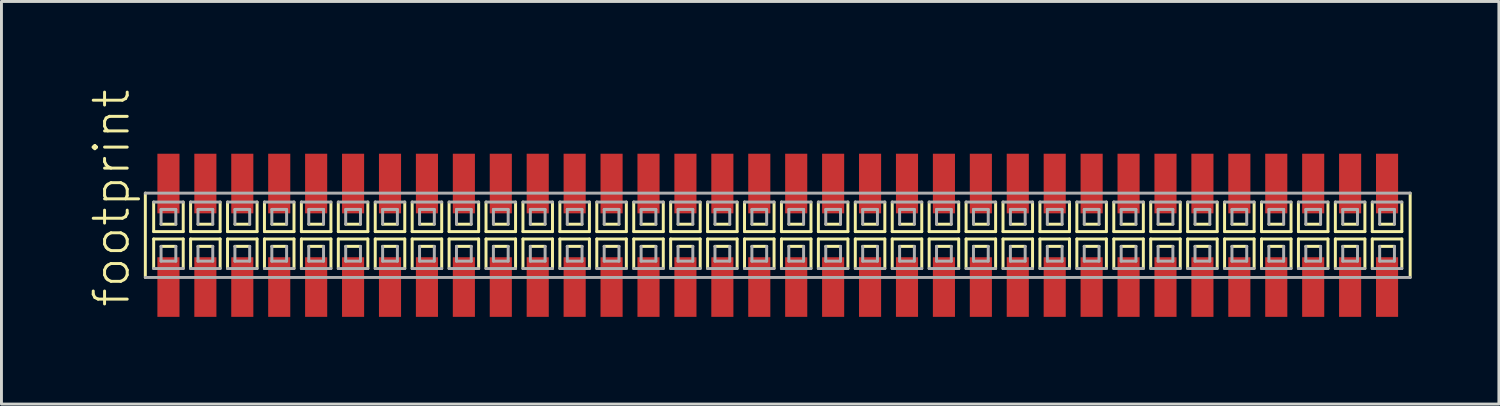
<source format=kicad_pcb>
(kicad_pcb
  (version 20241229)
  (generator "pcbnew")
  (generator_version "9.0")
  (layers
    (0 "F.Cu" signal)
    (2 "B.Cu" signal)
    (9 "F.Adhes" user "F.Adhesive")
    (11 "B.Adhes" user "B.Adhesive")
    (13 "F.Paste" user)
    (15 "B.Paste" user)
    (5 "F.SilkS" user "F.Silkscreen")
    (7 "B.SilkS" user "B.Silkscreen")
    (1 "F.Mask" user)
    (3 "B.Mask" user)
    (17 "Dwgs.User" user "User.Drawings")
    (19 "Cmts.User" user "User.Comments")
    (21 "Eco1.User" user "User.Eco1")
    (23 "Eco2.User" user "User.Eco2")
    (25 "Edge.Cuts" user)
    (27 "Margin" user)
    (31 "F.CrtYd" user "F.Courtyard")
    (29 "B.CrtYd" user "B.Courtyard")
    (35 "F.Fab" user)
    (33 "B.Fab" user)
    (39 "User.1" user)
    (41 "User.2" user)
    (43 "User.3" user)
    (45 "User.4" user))
  (footprint "footprint"
    (layer "F.Cu")
    (at 23.698 5.042)
    (property "Reference" "footprint" (at -22.225 2.54 90) (layer "F.SilkS") (effects (font (size 1.168 1.168) (thickness 0.102)) (justify left bottom)))
    (fp_line (start -21.75 -1.45) (end -21.75 1.45) (stroke (width 0.102) (type solid)) (layer "F.SilkS"))
    (fp_line (start -21.463 -1.143) (end -21.463 -0.127) (stroke (width 0.102) (type solid)) (layer "F.SilkS"))
    (fp_line (start -21.463 -0.127) (end -20.447 -0.127) (stroke (width 0.102) (type solid)) (layer "F.SilkS"))
    (fp_line (start -21.463 0.127) (end -21.463 1.143) (stroke (width 0.102) (type solid)) (layer "F.SilkS"))
    (fp_line (start -21.209 -0.381) (end -20.701 -0.381) (stroke (width 0.102) (type solid)) (layer "F.SilkS"))
    (fp_line (start -20.701 0.381) (end -21.209 0.381) (stroke (width 0.102) (type solid)) (layer "F.SilkS"))
    (fp_line (start -20.447 -0.127) (end -20.447 -1.143) (stroke (width 0.102) (type solid)) (layer "F.SilkS"))
    (fp_line (start -20.447 0.127) (end -21.463 0.127) (stroke (width 0.102) (type solid)) (layer "F.SilkS"))
    (fp_line (start -20.447 1.143) (end -20.447 0.127) (stroke (width 0.102) (type solid)) (layer "F.SilkS"))
    (fp_line (start -20.193 -1.143) (end -20.193 -0.127) (stroke (width 0.102) (type solid)) (layer "F.SilkS"))
    (fp_line (start -20.193 -0.127) (end -19.177 -0.127) (stroke (width 0.102) (type solid)) (layer "F.SilkS"))
    (fp_line (start -20.193 0.127) (end -20.193 1.143) (stroke (width 0.102) (type solid)) (layer "F.SilkS"))
    (fp_line (start -19.939 -0.381) (end -19.431 -0.381) (stroke (width 0.102) (type solid)) (layer "F.SilkS"))
    (fp_line (start -19.431 0.381) (end -19.939 0.381) (stroke (width 0.102) (type solid)) (layer "F.SilkS"))
    (fp_line (start -19.177 -0.127) (end -19.177 -1.143) (stroke (width 0.102) (type solid)) (layer "F.SilkS"))
    (fp_line (start -19.177 0.127) (end -20.193 0.127) (stroke (width 0.102) (type solid)) (layer "F.SilkS"))
    (fp_line (start -19.177 1.143) (end -19.177 0.127) (stroke (width 0.102) (type solid)) (layer "F.SilkS"))
    (fp_line (start -18.923 -1.143) (end -18.923 -0.127) (stroke (width 0.102) (type solid)) (layer "F.SilkS"))
    (fp_line (start -18.923 -0.127) (end -17.907 -0.127) (stroke (width 0.102) (type solid)) (layer "F.SilkS"))
    (fp_line (start -18.923 0.127) (end -18.923 1.143) (stroke (width 0.102) (type solid)) (layer "F.SilkS"))
    (fp_line (start -18.669 -0.381) (end -18.161 -0.381) (stroke (width 0.102) (type solid)) (layer "F.SilkS"))
    (fp_line (start -18.161 0.381) (end -18.669 0.381) (stroke (width 0.102) (type solid)) (layer "F.SilkS"))
    (fp_line (start -17.907 -0.127) (end -17.907 -1.143) (stroke (width 0.102) (type solid)) (layer "F.SilkS"))
    (fp_line (start -17.907 0.127) (end -18.923 0.127) (stroke (width 0.102) (type solid)) (layer "F.SilkS"))
    (fp_line (start -17.907 1.143) (end -17.907 0.127) (stroke (width 0.102) (type solid)) (layer "F.SilkS"))
    (fp_line (start -17.653 -1.143) (end -17.653 -0.127) (stroke (width 0.102) (type solid)) (layer "F.SilkS"))
    (fp_line (start -17.653 -0.127) (end -16.637 -0.127) (stroke (width 0.102) (type solid)) (layer "F.SilkS"))
    (fp_line (start -17.653 0.127) (end -17.653 1.143) (stroke (width 0.102) (type solid)) (layer "F.SilkS"))
    (fp_line (start -17.399 -0.381) (end -16.891 -0.381) (stroke (width 0.102) (type solid)) (layer "F.SilkS"))
    (fp_line (start -16.891 0.381) (end -17.399 0.381) (stroke (width 0.102) (type solid)) (layer "F.SilkS"))
    (fp_line (start -16.637 -0.127) (end -16.637 -1.143) (stroke (width 0.102) (type solid)) (layer "F.SilkS"))
    (fp_line (start -16.637 0.127) (end -17.653 0.127) (stroke (width 0.102) (type solid)) (layer "F.SilkS"))
    (fp_line (start -16.637 1.143) (end -16.637 0.127) (stroke (width 0.102) (type solid)) (layer "F.SilkS"))
    (fp_line (start -16.383 -1.143) (end -16.383 -0.127) (stroke (width 0.102) (type solid)) (layer "F.SilkS"))
    (fp_line (start -16.383 -0.127) (end -15.367 -0.127) (stroke (width 0.102) (type solid)) (layer "F.SilkS"))
    (fp_line (start -16.383 0.127) (end -16.383 1.143) (stroke (width 0.102) (type solid)) (layer "F.SilkS"))
    (fp_line (start -16.129 -0.381) (end -15.621 -0.381) (stroke (width 0.102) (type solid)) (layer "F.SilkS"))
    (fp_line (start -15.621 0.381) (end -16.129 0.381) (stroke (width 0.102) (type solid)) (layer "F.SilkS"))
    (fp_line (start -15.367 -0.127) (end -15.367 -1.143) (stroke (width 0.102) (type solid)) (layer "F.SilkS"))
    (fp_line (start -15.367 0.127) (end -16.383 0.127) (stroke (width 0.102) (type solid)) (layer "F.SilkS"))
    (fp_line (start -15.367 1.143) (end -15.367 0.127) (stroke (width 0.102) (type solid)) (layer "F.SilkS"))
    (fp_line (start -15.113 -1.143) (end -15.113 -0.127) (stroke (width 0.102) (type solid)) (layer "F.SilkS"))
    (fp_line (start -15.113 -0.127) (end -14.097 -0.127) (stroke (width 0.102) (type solid)) (layer "F.SilkS"))
    (fp_line (start -15.113 0.127) (end -15.113 1.143) (stroke (width 0.102) (type solid)) (layer "F.SilkS"))
    (fp_line (start -14.859 -0.381) (end -14.351 -0.381) (stroke (width 0.102) (type solid)) (layer "F.SilkS"))
    (fp_line (start -14.351 0.381) (end -14.859 0.381) (stroke (width 0.102) (type solid)) (layer "F.SilkS"))
    (fp_line (start -14.097 -0.127) (end -14.097 -1.143) (stroke (width 0.102) (type solid)) (layer "F.SilkS"))
    (fp_line (start -14.097 0.127) (end -15.113 0.127) (stroke (width 0.102) (type solid)) (layer "F.SilkS"))
    (fp_line (start -14.097 1.143) (end -14.097 0.127) (stroke (width 0.102) (type solid)) (layer "F.SilkS"))
    (fp_line (start -13.843 -1.143) (end -13.843 -0.127) (stroke (width 0.102) (type solid)) (layer "F.SilkS"))
    (fp_line (start -13.843 -0.127) (end -12.827 -0.127) (stroke (width 0.102) (type solid)) (layer "F.SilkS"))
    (fp_line (start -13.843 0.127) (end -13.843 1.143) (stroke (width 0.102) (type solid)) (layer "F.SilkS"))
    (fp_line (start -13.589 -0.381) (end -13.081 -0.381) (stroke (width 0.102) (type solid)) (layer "F.SilkS"))
    (fp_line (start -13.081 0.381) (end -13.589 0.381) (stroke (width 0.102) (type solid)) (layer "F.SilkS"))
    (fp_line (start -12.827 -0.127) (end -12.827 -1.143) (stroke (width 0.102) (type solid)) (layer "F.SilkS"))
    (fp_line (start -12.827 0.127) (end -13.843 0.127) (stroke (width 0.102) (type solid)) (layer "F.SilkS"))
    (fp_line (start -12.827 1.143) (end -12.827 0.127) (stroke (width 0.102) (type solid)) (layer "F.SilkS"))
    (fp_line (start -12.573 -1.143) (end -12.573 -0.127) (stroke (width 0.102) (type solid)) (layer "F.SilkS"))
    (fp_line (start -12.573 -0.127) (end -11.557 -0.127) (stroke (width 0.102) (type solid)) (layer "F.SilkS"))
    (fp_line (start -12.573 0.127) (end -12.573 1.143) (stroke (width 0.102) (type solid)) (layer "F.SilkS"))
    (fp_line (start -12.319 -0.381) (end -11.811 -0.381) (stroke (width 0.102) (type solid)) (layer "F.SilkS"))
    (fp_line (start -11.811 0.381) (end -12.319 0.381) (stroke (width 0.102) (type solid)) (layer "F.SilkS"))
    (fp_line (start -11.557 -0.127) (end -11.557 -1.143) (stroke (width 0.102) (type solid)) (layer "F.SilkS"))
    (fp_line (start -11.557 0.127) (end -12.573 0.127) (stroke (width 0.102) (type solid)) (layer "F.SilkS"))
    (fp_line (start -11.557 1.143) (end -11.557 0.127) (stroke (width 0.102) (type solid)) (layer "F.SilkS"))
    (fp_line (start -11.303 -1.143) (end -11.303 -0.127) (stroke (width 0.102) (type solid)) (layer "F.SilkS"))
    (fp_line (start -11.303 -0.127) (end -10.287 -0.127) (stroke (width 0.102) (type solid)) (layer "F.SilkS"))
    (fp_line (start -11.303 0.127) (end -11.303 1.143) (stroke (width 0.102) (type solid)) (layer "F.SilkS"))
    (fp_line (start -11.049 -0.381) (end -10.541 -0.381) (stroke (width 0.102) (type solid)) (layer "F.SilkS"))
    (fp_line (start -10.541 0.381) (end -11.049 0.381) (stroke (width 0.102) (type solid)) (layer "F.SilkS"))
    (fp_line (start -10.287 -0.127) (end -10.287 -1.143) (stroke (width 0.102) (type solid)) (layer "F.SilkS"))
    (fp_line (start -10.287 0.127) (end -11.303 0.127) (stroke (width 0.102) (type solid)) (layer "F.SilkS"))
    (fp_line (start -10.287 1.143) (end -10.287 0.127) (stroke (width 0.102) (type solid)) (layer "F.SilkS"))
    (fp_line (start -10.033 -1.143) (end -10.033 -0.127) (stroke (width 0.102) (type solid)) (layer "F.SilkS"))
    (fp_line (start -10.033 -0.127) (end -9.017 -0.127) (stroke (width 0.102) (type solid)) (layer "F.SilkS"))
    (fp_line (start -10.033 0.127) (end -10.033 1.143) (stroke (width 0.102) (type solid)) (layer "F.SilkS"))
    (fp_line (start -9.779 -0.381) (end -9.271 -0.381) (stroke (width 0.102) (type solid)) (layer "F.SilkS"))
    (fp_line (start -9.271 0.381) (end -9.779 0.381) (stroke (width 0.102) (type solid)) (layer "F.SilkS"))
    (fp_line (start -9.017 -0.127) (end -9.017 -1.143) (stroke (width 0.102) (type solid)) (layer "F.SilkS"))
    (fp_line (start -9.017 0.127) (end -10.033 0.127) (stroke (width 0.102) (type solid)) (layer "F.SilkS"))
    (fp_line (start -9.017 1.143) (end -9.017 0.127) (stroke (width 0.102) (type solid)) (layer "F.SilkS"))
    (fp_line (start -8.763 -1.143) (end -8.763 -0.127) (stroke (width 0.102) (type solid)) (layer "F.SilkS"))
    (fp_line (start -8.763 -0.127) (end -7.747 -0.127) (stroke (width 0.102) (type solid)) (layer "F.SilkS"))
    (fp_line (start -8.763 0.127) (end -8.763 1.143) (stroke (width 0.102) (type solid)) (layer "F.SilkS"))
    (fp_line (start -8.509 -0.381) (end -8.001 -0.381) (stroke (width 0.102) (type solid)) (layer "F.SilkS"))
    (fp_line (start -8.001 0.381) (end -8.509 0.381) (stroke (width 0.102) (type solid)) (layer "F.SilkS"))
    (fp_line (start -7.747 -0.127) (end -7.747 -1.143) (stroke (width 0.102) (type solid)) (layer "F.SilkS"))
    (fp_line (start -7.747 0.127) (end -8.763 0.127) (stroke (width 0.102) (type solid)) (layer "F.SilkS"))
    (fp_line (start -7.747 1.143) (end -7.747 0.127) (stroke (width 0.102) (type solid)) (layer "F.SilkS"))
    (fp_line (start -7.493 -1.143) (end -7.493 -0.127) (stroke (width 0.102) (type solid)) (layer "F.SilkS"))
    (fp_line (start -7.493 -0.127) (end -6.477 -0.127) (stroke (width 0.102) (type solid)) (layer "F.SilkS"))
    (fp_line (start -7.493 0.127) (end -7.493 1.143) (stroke (width 0.102) (type solid)) (layer "F.SilkS"))
    (fp_line (start -7.239 -0.381) (end -6.731 -0.381) (stroke (width 0.102) (type solid)) (layer "F.SilkS"))
    (fp_line (start -6.731 0.381) (end -7.239 0.381) (stroke (width 0.102) (type solid)) (layer "F.SilkS"))
    (fp_line (start -6.477 -0.127) (end -6.477 -1.143) (stroke (width 0.102) (type solid)) (layer "F.SilkS"))
    (fp_line (start -6.477 0.127) (end -7.493 0.127) (stroke (width 0.102) (type solid)) (layer "F.SilkS"))
    (fp_line (start -6.477 1.143) (end -6.477 0.127) (stroke (width 0.102) (type solid)) (layer "F.SilkS"))
    (fp_line (start -6.223 -1.143) (end -6.223 -0.127) (stroke (width 0.102) (type solid)) (layer "F.SilkS"))
    (fp_line (start -6.223 -0.127) (end -5.207 -0.127) (stroke (width 0.102) (type solid)) (layer "F.SilkS"))
    (fp_line (start -6.223 0.127) (end -6.223 1.143) (stroke (width 0.102) (type solid)) (layer "F.SilkS"))
    (fp_line (start -5.969 -0.381) (end -5.461 -0.381) (stroke (width 0.102) (type solid)) (layer "F.SilkS"))
    (fp_line (start -5.461 0.381) (end -5.969 0.381) (stroke (width 0.102) (type solid)) (layer "F.SilkS"))
    (fp_line (start -5.207 -0.127) (end -5.207 -1.143) (stroke (width 0.102) (type solid)) (layer "F.SilkS"))
    (fp_line (start -5.207 0.127) (end -6.223 0.127) (stroke (width 0.102) (type solid)) (layer "F.SilkS"))
    (fp_line (start -5.207 1.143) (end -5.207 0.127) (stroke (width 0.102) (type solid)) (layer "F.SilkS"))
    (fp_line (start -4.953 -1.143) (end -4.953 -0.127) (stroke (width 0.102) (type solid)) (layer "F.SilkS"))
    (fp_line (start -4.953 -0.127) (end -3.937 -0.127) (stroke (width 0.102) (type solid)) (layer "F.SilkS"))
    (fp_line (start -4.953 0.127) (end -4.953 1.143) (stroke (width 0.102) (type solid)) (layer "F.SilkS"))
    (fp_line (start -4.699 -0.381) (end -4.191 -0.381) (stroke (width 0.102) (type solid)) (layer "F.SilkS"))
    (fp_line (start -4.191 0.381) (end -4.699 0.381) (stroke (width 0.102) (type solid)) (layer "F.SilkS"))
    (fp_line (start -3.937 -0.127) (end -3.937 -1.143) (stroke (width 0.102) (type solid)) (layer "F.SilkS"))
    (fp_line (start -3.937 0.127) (end -4.953 0.127) (stroke (width 0.102) (type solid)) (layer "F.SilkS"))
    (fp_line (start -3.937 1.143) (end -3.937 0.127) (stroke (width 0.102) (type solid)) (layer "F.SilkS"))
    (fp_line (start -3.683 -1.143) (end -3.683 -0.127) (stroke (width 0.102) (type solid)) (layer "F.SilkS"))
    (fp_line (start -3.683 -0.127) (end -2.667 -0.127) (stroke (width 0.102) (type solid)) (layer "F.SilkS"))
    (fp_line (start -3.683 0.127) (end -3.683 1.143) (stroke (width 0.102) (type solid)) (layer "F.SilkS"))
    (fp_line (start -3.429 -0.381) (end -2.921 -0.381) (stroke (width 0.102) (type solid)) (layer "F.SilkS"))
    (fp_line (start -2.921 0.381) (end -3.429 0.381) (stroke (width 0.102) (type solid)) (layer "F.SilkS"))
    (fp_line (start -2.667 -0.127) (end -2.667 -1.143) (stroke (width 0.102) (type solid)) (layer "F.SilkS"))
    (fp_line (start -2.667 0.127) (end -3.683 0.127) (stroke (width 0.102) (type solid)) (layer "F.SilkS"))
    (fp_line (start -2.667 1.143) (end -2.667 0.127) (stroke (width 0.102) (type solid)) (layer "F.SilkS"))
    (fp_line (start -2.413 -1.143) (end -2.413 -0.127) (stroke (width 0.102) (type solid)) (layer "F.SilkS"))
    (fp_line (start -2.413 -0.127) (end -1.397 -0.127) (stroke (width 0.102) (type solid)) (layer "F.SilkS"))
    (fp_line (start -2.413 0.127) (end -2.413 1.143) (stroke (width 0.102) (type solid)) (layer "F.SilkS"))
    (fp_line (start -2.159 -0.381) (end -1.651 -0.381) (stroke (width 0.102) (type solid)) (layer "F.SilkS"))
    (fp_line (start -1.651 0.381) (end -2.159 0.381) (stroke (width 0.102) (type solid)) (layer "F.SilkS"))
    (fp_line (start -1.397 -0.127) (end -1.397 -1.143) (stroke (width 0.102) (type solid)) (layer "F.SilkS"))
    (fp_line (start -1.397 0.127) (end -2.413 0.127) (stroke (width 0.102) (type solid)) (layer "F.SilkS"))
    (fp_line (start -1.397 1.143) (end -1.397 0.127) (stroke (width 0.102) (type solid)) (layer "F.SilkS"))
    (fp_line (start -1.143 -1.143) (end -1.143 -0.127) (stroke (width 0.102) (type solid)) (layer "F.SilkS"))
    (fp_line (start -1.143 -0.127) (end -0.127 -0.127) (stroke (width 0.102) (type solid)) (layer "F.SilkS"))
    (fp_line (start -1.143 0.127) (end -1.143 1.143) (stroke (width 0.102) (type solid)) (layer "F.SilkS"))
    (fp_line (start -0.889 -0.381) (end -0.381 -0.381) (stroke (width 0.102) (type solid)) (layer "F.SilkS"))
    (fp_line (start -0.381 0.381) (end -0.889 0.381) (stroke (width 0.102) (type solid)) (layer "F.SilkS"))
    (fp_line (start -0.127 -0.127) (end -0.127 -1.143) (stroke (width 0.102) (type solid)) (layer "F.SilkS"))
    (fp_line (start -0.127 0.127) (end -1.143 0.127) (stroke (width 0.102) (type solid)) (layer "F.SilkS"))
    (fp_line (start -0.127 1.143) (end -0.127 0.127) (stroke (width 0.102) (type solid)) (layer "F.SilkS"))
    (fp_line (start 0.127 -1.143) (end 0.127 -0.127) (stroke (width 0.102) (type solid)) (layer "F.SilkS"))
    (fp_line (start 0.127 -0.127) (end 1.143 -0.127) (stroke (width 0.102) (type solid)) (layer "F.SilkS"))
    (fp_line (start 0.127 0.127) (end 0.127 1.143) (stroke (width 0.102) (type solid)) (layer "F.SilkS"))
    (fp_line (start 0.381 -0.381) (end 0.889 -0.381) (stroke (width 0.102) (type solid)) (layer "F.SilkS"))
    (fp_line (start 0.889 0.381) (end 0.381 0.381) (stroke (width 0.102) (type solid)) (layer "F.SilkS"))
    (fp_line (start 1.143 -0.127) (end 1.143 -1.143) (stroke (width 0.102) (type solid)) (layer "F.SilkS"))
    (fp_line (start 1.143 0.127) (end 0.127 0.127) (stroke (width 0.102) (type solid)) (layer "F.SilkS"))
    (fp_line (start 1.143 1.143) (end 1.143 0.127) (stroke (width 0.102) (type solid)) (layer "F.SilkS"))
    (fp_line (start 1.397 -1.143) (end 1.397 -0.127) (stroke (width 0.102) (type solid)) (layer "F.SilkS"))
    (fp_line (start 1.397 -0.127) (end 2.413 -0.127) (stroke (width 0.102) (type solid)) (layer "F.SilkS"))
    (fp_line (start 1.397 0.127) (end 1.397 1.143) (stroke (width 0.102) (type solid)) (layer "F.SilkS"))
    (fp_line (start 1.651 -0.381) (end 2.159 -0.381) (stroke (width 0.102) (type solid)) (layer "F.SilkS"))
    (fp_line (start 2.159 0.381) (end 1.651 0.381) (stroke (width 0.102) (type solid)) (layer "F.SilkS"))
    (fp_line (start 2.413 -0.127) (end 2.413 -1.143) (stroke (width 0.102) (type solid)) (layer "F.SilkS"))
    (fp_line (start 2.413 0.127) (end 1.397 0.127) (stroke (width 0.102) (type solid)) (layer "F.SilkS"))
    (fp_line (start 2.413 1.143) (end 2.413 0.127) (stroke (width 0.102) (type solid)) (layer "F.SilkS"))
    (fp_line (start 2.667 -1.143) (end 2.667 -0.127) (stroke (width 0.102) (type solid)) (layer "F.SilkS"))
    (fp_line (start 2.667 -0.127) (end 3.683 -0.127) (stroke (width 0.102) (type solid)) (layer "F.SilkS"))
    (fp_line (start 2.667 0.127) (end 2.667 1.143) (stroke (width 0.102) (type solid)) (layer "F.SilkS"))
    (fp_line (start 2.921 -0.381) (end 3.429 -0.381) (stroke (width 0.102) (type solid)) (layer "F.SilkS"))
    (fp_line (start 3.429 0.381) (end 2.921 0.381) (stroke (width 0.102) (type solid)) (layer "F.SilkS"))
    (fp_line (start 3.683 -0.127) (end 3.683 -1.143) (stroke (width 0.102) (type solid)) (layer "F.SilkS"))
    (fp_line (start 3.683 0.127) (end 2.667 0.127) (stroke (width 0.102) (type solid)) (layer "F.SilkS"))
    (fp_line (start 3.683 1.143) (end 3.683 0.127) (stroke (width 0.102) (type solid)) (layer "F.SilkS"))
    (fp_line (start 3.937 -1.143) (end 3.937 -0.127) (stroke (width 0.102) (type solid)) (layer "F.SilkS"))
    (fp_line (start 3.937 -0.127) (end 4.953 -0.127) (stroke (width 0.102) (type solid)) (layer "F.SilkS"))
    (fp_line (start 3.937 0.127) (end 3.937 1.143) (stroke (width 0.102) (type solid)) (layer "F.SilkS"))
    (fp_line (start 4.191 -0.381) (end 4.699 -0.381) (stroke (width 0.102) (type solid)) (layer "F.SilkS"))
    (fp_line (start 4.699 0.381) (end 4.191 0.381) (stroke (width 0.102) (type solid)) (layer "F.SilkS"))
    (fp_line (start 4.953 -0.127) (end 4.953 -1.143) (stroke (width 0.102) (type solid)) (layer "F.SilkS"))
    (fp_line (start 4.953 0.127) (end 3.937 0.127) (stroke (width 0.102) (type solid)) (layer "F.SilkS"))
    (fp_line (start 4.953 1.143) (end 4.953 0.127) (stroke (width 0.102) (type solid)) (layer "F.SilkS"))
    (fp_line (start 5.207 -1.143) (end 5.207 -0.127) (stroke (width 0.102) (type solid)) (layer "F.SilkS"))
    (fp_line (start 5.207 -0.127) (end 6.223 -0.127) (stroke (width 0.102) (type solid)) (layer "F.SilkS"))
    (fp_line (start 5.207 0.127) (end 5.207 1.143) (stroke (width 0.102) (type solid)) (layer "F.SilkS"))
    (fp_line (start 5.461 -0.381) (end 5.969 -0.381) (stroke (width 0.102) (type solid)) (layer "F.SilkS"))
    (fp_line (start 5.969 0.381) (end 5.461 0.381) (stroke (width 0.102) (type solid)) (layer "F.SilkS"))
    (fp_line (start 6.223 -0.127) (end 6.223 -1.143) (stroke (width 0.102) (type solid)) (layer "F.SilkS"))
    (fp_line (start 6.223 0.127) (end 5.207 0.127) (stroke (width 0.102) (type solid)) (layer "F.SilkS"))
    (fp_line (start 6.223 1.143) (end 6.223 0.127) (stroke (width 0.102) (type solid)) (layer "F.SilkS"))
    (fp_line (start 6.477 -1.143) (end 6.477 -0.127) (stroke (width 0.102) (type solid)) (layer "F.SilkS"))
    (fp_line (start 6.477 -0.127) (end 7.493 -0.127) (stroke (width 0.102) (type solid)) (layer "F.SilkS"))
    (fp_line (start 6.477 0.127) (end 6.477 1.143) (stroke (width 0.102) (type solid)) (layer "F.SilkS"))
    (fp_line (start 6.731 -0.381) (end 7.239 -0.381) (stroke (width 0.102) (type solid)) (layer "F.SilkS"))
    (fp_line (start 7.239 0.381) (end 6.731 0.381) (stroke (width 0.102) (type solid)) (layer "F.SilkS"))
    (fp_line (start 7.493 -0.127) (end 7.493 -1.143) (stroke (width 0.102) (type solid)) (layer "F.SilkS"))
    (fp_line (start 7.493 0.127) (end 6.477 0.127) (stroke (width 0.102) (type solid)) (layer "F.SilkS"))
    (fp_line (start 7.493 1.143) (end 7.493 0.127) (stroke (width 0.102) (type solid)) (layer "F.SilkS"))
    (fp_line (start 7.747 -1.143) (end 7.747 -0.127) (stroke (width 0.102) (type solid)) (layer "F.SilkS"))
    (fp_line (start 7.747 -0.127) (end 8.763 -0.127) (stroke (width 0.102) (type solid)) (layer "F.SilkS"))
    (fp_line (start 7.747 0.127) (end 7.747 1.143) (stroke (width 0.102) (type solid)) (layer "F.SilkS"))
    (fp_line (start 8.001 -0.381) (end 8.509 -0.381) (stroke (width 0.102) (type solid)) (layer "F.SilkS"))
    (fp_line (start 8.509 0.381) (end 8.001 0.381) (stroke (width 0.102) (type solid)) (layer "F.SilkS"))
    (fp_line (start 8.763 -0.127) (end 8.763 -1.143) (stroke (width 0.102) (type solid)) (layer "F.SilkS"))
    (fp_line (start 8.763 0.127) (end 7.747 0.127) (stroke (width 0.102) (type solid)) (layer "F.SilkS"))
    (fp_line (start 8.763 1.143) (end 8.763 0.127) (stroke (width 0.102) (type solid)) (layer "F.SilkS"))
    (fp_line (start 9.017 -1.143) (end 9.017 -0.127) (stroke (width 0.102) (type solid)) (layer "F.SilkS"))
    (fp_line (start 9.017 -0.127) (end 10.033 -0.127) (stroke (width 0.102) (type solid)) (layer "F.SilkS"))
    (fp_line (start 9.017 0.127) (end 9.017 1.143) (stroke (width 0.102) (type solid)) (layer "F.SilkS"))
    (fp_line (start 9.271 -0.381) (end 9.779 -0.381) (stroke (width 0.102) (type solid)) (layer "F.SilkS"))
    (fp_line (start 9.779 0.381) (end 9.271 0.381) (stroke (width 0.102) (type solid)) (layer "F.SilkS"))
    (fp_line (start 10.033 -0.127) (end 10.033 -1.143) (stroke (width 0.102) (type solid)) (layer "F.SilkS"))
    (fp_line (start 10.033 0.127) (end 9.017 0.127) (stroke (width 0.102) (type solid)) (layer "F.SilkS"))
    (fp_line (start 10.033 1.143) (end 10.033 0.127) (stroke (width 0.102) (type solid)) (layer "F.SilkS"))
    (fp_line (start 10.287 -1.143) (end 10.287 -0.127) (stroke (width 0.102) (type solid)) (layer "F.SilkS"))
    (fp_line (start 10.287 -0.127) (end 11.303 -0.127) (stroke (width 0.102) (type solid)) (layer "F.SilkS"))
    (fp_line (start 10.287 0.127) (end 10.287 1.143) (stroke (width 0.102) (type solid)) (layer "F.SilkS"))
    (fp_line (start 10.541 -0.381) (end 11.049 -0.381) (stroke (width 0.102) (type solid)) (layer "F.SilkS"))
    (fp_line (start 11.049 0.381) (end 10.541 0.381) (stroke (width 0.102) (type solid)) (layer "F.SilkS"))
    (fp_line (start 11.303 -0.127) (end 11.303 -1.143) (stroke (width 0.102) (type solid)) (layer "F.SilkS"))
    (fp_line (start 11.303 0.127) (end 10.287 0.127) (stroke (width 0.102) (type solid)) (layer "F.SilkS"))
    (fp_line (start 11.303 1.143) (end 11.303 0.127) (stroke (width 0.102) (type solid)) (layer "F.SilkS"))
    (fp_line (start 11.557 -1.143) (end 11.557 -0.127) (stroke (width 0.102) (type solid)) (layer "F.SilkS"))
    (fp_line (start 11.557 -0.127) (end 12.573 -0.127) (stroke (width 0.102) (type solid)) (layer "F.SilkS"))
    (fp_line (start 11.557 0.127) (end 11.557 1.143) (stroke (width 0.102) (type solid)) (layer "F.SilkS"))
    (fp_line (start 11.811 -0.381) (end 12.319 -0.381) (stroke (width 0.102) (type solid)) (layer "F.SilkS"))
    (fp_line (start 12.319 0.381) (end 11.811 0.381) (stroke (width 0.102) (type solid)) (layer "F.SilkS"))
    (fp_line (start 12.573 -0.127) (end 12.573 -1.143) (stroke (width 0.102) (type solid)) (layer "F.SilkS"))
    (fp_line (start 12.573 0.127) (end 11.557 0.127) (stroke (width 0.102) (type solid)) (layer "F.SilkS"))
    (fp_line (start 12.573 1.143) (end 12.573 0.127) (stroke (width 0.102) (type solid)) (layer "F.SilkS"))
    (fp_line (start 12.827 -1.143) (end 12.827 -0.127) (stroke (width 0.102) (type solid)) (layer "F.SilkS"))
    (fp_line (start 12.827 -0.127) (end 13.843 -0.127) (stroke (width 0.102) (type solid)) (layer "F.SilkS"))
    (fp_line (start 12.827 0.127) (end 12.827 1.143) (stroke (width 0.102) (type solid)) (layer "F.SilkS"))
    (fp_line (start 13.081 -0.381) (end 13.589 -0.381) (stroke (width 0.102) (type solid)) (layer "F.SilkS"))
    (fp_line (start 13.589 0.381) (end 13.081 0.381) (stroke (width 0.102) (type solid)) (layer "F.SilkS"))
    (fp_line (start 13.843 -0.127) (end 13.843 -1.143) (stroke (width 0.102) (type solid)) (layer "F.SilkS"))
    (fp_line (start 13.843 0.127) (end 12.827 0.127) (stroke (width 0.102) (type solid)) (layer "F.SilkS"))
    (fp_line (start 13.843 1.143) (end 13.843 0.127) (stroke (width 0.102) (type solid)) (layer "F.SilkS"))
    (fp_line (start 14.097 -1.143) (end 14.097 -0.127) (stroke (width 0.102) (type solid)) (layer "F.SilkS"))
    (fp_line (start 14.097 -0.127) (end 15.113 -0.127) (stroke (width 0.102) (type solid)) (layer "F.SilkS"))
    (fp_line (start 14.097 0.127) (end 14.097 1.143) (stroke (width 0.102) (type solid)) (layer "F.SilkS"))
    (fp_line (start 14.351 -0.381) (end 14.859 -0.381) (stroke (width 0.102) (type solid)) (layer "F.SilkS"))
    (fp_line (start 14.859 0.381) (end 14.351 0.381) (stroke (width 0.102) (type solid)) (layer "F.SilkS"))
    (fp_line (start 15.113 -0.127) (end 15.113 -1.143) (stroke (width 0.102) (type solid)) (layer "F.SilkS"))
    (fp_line (start 15.113 0.127) (end 14.097 0.127) (stroke (width 0.102) (type solid)) (layer "F.SilkS"))
    (fp_line (start 15.113 1.143) (end 15.113 0.127) (stroke (width 0.102) (type solid)) (layer "F.SilkS"))
    (fp_line (start 15.367 -1.143) (end 15.367 -0.127) (stroke (width 0.102) (type solid)) (layer "F.SilkS"))
    (fp_line (start 15.367 -0.127) (end 16.383 -0.127) (stroke (width 0.102) (type solid)) (layer "F.SilkS"))
    (fp_line (start 15.367 0.127) (end 15.367 1.143) (stroke (width 0.102) (type solid)) (layer "F.SilkS"))
    (fp_line (start 15.621 -0.381) (end 16.129 -0.381) (stroke (width 0.102) (type solid)) (layer "F.SilkS"))
    (fp_line (start 16.129 0.381) (end 15.621 0.381) (stroke (width 0.102) (type solid)) (layer "F.SilkS"))
    (fp_line (start 16.383 -0.127) (end 16.383 -1.143) (stroke (width 0.102) (type solid)) (layer "F.SilkS"))
    (fp_line (start 16.383 0.127) (end 15.367 0.127) (stroke (width 0.102) (type solid)) (layer "F.SilkS"))
    (fp_line (start 16.383 1.143) (end 16.383 0.127) (stroke (width 0.102) (type solid)) (layer "F.SilkS"))
    (fp_line (start 16.637 -1.143) (end 16.637 -0.127) (stroke (width 0.102) (type solid)) (layer "F.SilkS"))
    (fp_line (start 16.637 -0.127) (end 17.653 -0.127) (stroke (width 0.102) (type solid)) (layer "F.SilkS"))
    (fp_line (start 16.637 0.127) (end 16.637 1.143) (stroke (width 0.102) (type solid)) (layer "F.SilkS"))
    (fp_line (start 16.891 -0.381) (end 17.399 -0.381) (stroke (width 0.102) (type solid)) (layer "F.SilkS"))
    (fp_line (start 17.399 0.381) (end 16.891 0.381) (stroke (width 0.102) (type solid)) (layer "F.SilkS"))
    (fp_line (start 17.653 -0.127) (end 17.653 -1.143) (stroke (width 0.102) (type solid)) (layer "F.SilkS"))
    (fp_line (start 17.653 0.127) (end 16.637 0.127) (stroke (width 0.102) (type solid)) (layer "F.SilkS"))
    (fp_line (start 17.653 1.143) (end 17.653 0.127) (stroke (width 0.102) (type solid)) (layer "F.SilkS"))
    (fp_line (start 17.907 -1.143) (end 17.907 -0.127) (stroke (width 0.102) (type solid)) (layer "F.SilkS"))
    (fp_line (start 17.907 -0.127) (end 18.923 -0.127) (stroke (width 0.102) (type solid)) (layer "F.SilkS"))
    (fp_line (start 17.907 0.127) (end 17.907 1.143) (stroke (width 0.102) (type solid)) (layer "F.SilkS"))
    (fp_line (start 18.161 -0.381) (end 18.669 -0.381) (stroke (width 0.102) (type solid)) (layer "F.SilkS"))
    (fp_line (start 18.669 0.381) (end 18.161 0.381) (stroke (width 0.102) (type solid)) (layer "F.SilkS"))
    (fp_line (start 18.923 -0.127) (end 18.923 -1.143) (stroke (width 0.102) (type solid)) (layer "F.SilkS"))
    (fp_line (start 18.923 0.127) (end 17.907 0.127) (stroke (width 0.102) (type solid)) (layer "F.SilkS"))
    (fp_line (start 18.923 1.143) (end 18.923 0.127) (stroke (width 0.102) (type solid)) (layer "F.SilkS"))
    (fp_line (start 19.177 -1.143) (end 19.177 -0.127) (stroke (width 0.102) (type solid)) (layer "F.SilkS"))
    (fp_line (start 19.177 -0.127) (end 20.193 -0.127) (stroke (width 0.102) (type solid)) (layer "F.SilkS"))
    (fp_line (start 19.177 0.127) (end 19.177 1.143) (stroke (width 0.102) (type solid)) (layer "F.SilkS"))
    (fp_line (start 19.431 -0.381) (end 19.939 -0.381) (stroke (width 0.102) (type solid)) (layer "F.SilkS"))
    (fp_line (start 19.939 0.381) (end 19.431 0.381) (stroke (width 0.102) (type solid)) (layer "F.SilkS"))
    (fp_line (start 20.193 -0.127) (end 20.193 -1.143) (stroke (width 0.102) (type solid)) (layer "F.SilkS"))
    (fp_line (start 20.193 0.127) (end 19.177 0.127) (stroke (width 0.102) (type solid)) (layer "F.SilkS"))
    (fp_line (start 20.193 1.143) (end 20.193 0.127) (stroke (width 0.102) (type solid)) (layer "F.SilkS"))
    (fp_line (start 20.447 -1.143) (end 20.447 -0.127) (stroke (width 0.102) (type solid)) (layer "F.SilkS"))
    (fp_line (start 20.447 -0.127) (end 21.463 -0.127) (stroke (width 0.102) (type solid)) (layer "F.SilkS"))
    (fp_line (start 20.447 0.127) (end 20.447 1.143) (stroke (width 0.102) (type solid)) (layer "F.SilkS"))
    (fp_line (start 20.701 -0.381) (end 21.209 -0.381) (stroke (width 0.102) (type solid)) (layer "F.SilkS"))
    (fp_line (start 21.209 0.381) (end 20.701 0.381) (stroke (width 0.102) (type solid)) (layer "F.SilkS"))
    (fp_line (start 21.463 -0.127) (end 21.463 -1.143) (stroke (width 0.102) (type solid)) (layer "F.SilkS"))
    (fp_line (start 21.463 0.127) (end 20.447 0.127) (stroke (width 0.102) (type solid)) (layer "F.SilkS"))
    (fp_line (start 21.463 1.143) (end 21.463 0.127) (stroke (width 0.102) (type solid)) (layer "F.SilkS"))
    (fp_line (start 21.75 1.45) (end 21.75 -1.45) (stroke (width 0.102) (type solid)) (layer "F.SilkS"))
    (fp_line (start -21.75 1.45) (end 21.75 1.45) (stroke (width 0.102) (type solid)) (layer "F.Fab"))
    (fp_line (start -21.463 1.143) (end -20.447 1.143) (stroke (width 0.102) (type solid)) (layer "F.Fab"))
    (fp_line (start -21.209 -0.889) (end -21.209 -0.381) (stroke (width 0.102) (type solid)) (layer "F.Fab"))
    (fp_line (start -21.209 0.381) (end -21.209 0.889) (stroke (width 0.102) (type solid)) (layer "F.Fab"))
    (fp_line (start -21.209 0.889) (end -20.701 0.889) (stroke (width 0.102) (type solid)) (layer "F.Fab"))
    (fp_line (start -20.701 -0.889) (end -21.209 -0.889) (stroke (width 0.102) (type solid)) (layer "F.Fab"))
    (fp_line (start -20.701 -0.381) (end -20.701 -0.889) (stroke (width 0.102) (type solid)) (layer "F.Fab"))
    (fp_line (start -20.701 0.889) (end -20.701 0.381) (stroke (width 0.102) (type solid)) (layer "F.Fab"))
    (fp_line (start -20.447 -1.143) (end -21.463 -1.143) (stroke (width 0.102) (type solid)) (layer "F.Fab"))
    (fp_line (start -20.193 1.143) (end -19.177 1.143) (stroke (width 0.102) (type solid)) (layer "F.Fab"))
    (fp_line (start -19.939 -0.889) (end -19.939 -0.381) (stroke (width 0.102) (type solid)) (layer "F.Fab"))
    (fp_line (start -19.939 0.381) (end -19.939 0.889) (stroke (width 0.102) (type solid)) (layer "F.Fab"))
    (fp_line (start -19.939 0.889) (end -19.431 0.889) (stroke (width 0.102) (type solid)) (layer "F.Fab"))
    (fp_line (start -19.431 -0.889) (end -19.939 -0.889) (stroke (width 0.102) (type solid)) (layer "F.Fab"))
    (fp_line (start -19.431 -0.381) (end -19.431 -0.889) (stroke (width 0.102) (type solid)) (layer "F.Fab"))
    (fp_line (start -19.431 0.889) (end -19.431 0.381) (stroke (width 0.102) (type solid)) (layer "F.Fab"))
    (fp_line (start -19.177 -1.143) (end -20.193 -1.143) (stroke (width 0.102) (type solid)) (layer "F.Fab"))
    (fp_line (start -18.923 1.143) (end -17.907 1.143) (stroke (width 0.102) (type solid)) (layer "F.Fab"))
    (fp_line (start -18.669 -0.889) (end -18.669 -0.381) (stroke (width 0.102) (type solid)) (layer "F.Fab"))
    (fp_line (start -18.669 0.381) (end -18.669 0.889) (stroke (width 0.102) (type solid)) (layer "F.Fab"))
    (fp_line (start -18.669 0.889) (end -18.161 0.889) (stroke (width 0.102) (type solid)) (layer "F.Fab"))
    (fp_line (start -18.161 -0.889) (end -18.669 -0.889) (stroke (width 0.102) (type solid)) (layer "F.Fab"))
    (fp_line (start -18.161 -0.381) (end -18.161 -0.889) (stroke (width 0.102) (type solid)) (layer "F.Fab"))
    (fp_line (start -18.161 0.889) (end -18.161 0.381) (stroke (width 0.102) (type solid)) (layer "F.Fab"))
    (fp_line (start -17.907 -1.143) (end -18.923 -1.143) (stroke (width 0.102) (type solid)) (layer "F.Fab"))
    (fp_line (start -17.653 1.143) (end -16.637 1.143) (stroke (width 0.102) (type solid)) (layer "F.Fab"))
    (fp_line (start -17.399 -0.889) (end -17.399 -0.381) (stroke (width 0.102) (type solid)) (layer "F.Fab"))
    (fp_line (start -17.399 0.381) (end -17.399 0.889) (stroke (width 0.102) (type solid)) (layer "F.Fab"))
    (fp_line (start -17.399 0.889) (end -16.891 0.889) (stroke (width 0.102) (type solid)) (layer "F.Fab"))
    (fp_line (start -16.891 -0.889) (end -17.399 -0.889) (stroke (width 0.102) (type solid)) (layer "F.Fab"))
    (fp_line (start -16.891 -0.381) (end -16.891 -0.889) (stroke (width 0.102) (type solid)) (layer "F.Fab"))
    (fp_line (start -16.891 0.889) (end -16.891 0.381) (stroke (width 0.102) (type solid)) (layer "F.Fab"))
    (fp_line (start -16.637 -1.143) (end -17.653 -1.143) (stroke (width 0.102) (type solid)) (layer "F.Fab"))
    (fp_line (start -16.383 1.143) (end -15.367 1.143) (stroke (width 0.102) (type solid)) (layer "F.Fab"))
    (fp_line (start -16.129 -0.889) (end -16.129 -0.381) (stroke (width 0.102) (type solid)) (layer "F.Fab"))
    (fp_line (start -16.129 0.381) (end -16.129 0.889) (stroke (width 0.102) (type solid)) (layer "F.Fab"))
    (fp_line (start -16.129 0.889) (end -15.621 0.889) (stroke (width 0.102) (type solid)) (layer "F.Fab"))
    (fp_line (start -15.621 -0.889) (end -16.129 -0.889) (stroke (width 0.102) (type solid)) (layer "F.Fab"))
    (fp_line (start -15.621 -0.381) (end -15.621 -0.889) (stroke (width 0.102) (type solid)) (layer "F.Fab"))
    (fp_line (start -15.621 0.889) (end -15.621 0.381) (stroke (width 0.102) (type solid)) (layer "F.Fab"))
    (fp_line (start -15.367 -1.143) (end -16.383 -1.143) (stroke (width 0.102) (type solid)) (layer "F.Fab"))
    (fp_line (start -15.113 1.143) (end -14.097 1.143) (stroke (width 0.102) (type solid)) (layer "F.Fab"))
    (fp_line (start -14.859 -0.889) (end -14.859 -0.381) (stroke (width 0.102) (type solid)) (layer "F.Fab"))
    (fp_line (start -14.859 0.381) (end -14.859 0.889) (stroke (width 0.102) (type solid)) (layer "F.Fab"))
    (fp_line (start -14.859 0.889) (end -14.351 0.889) (stroke (width 0.102) (type solid)) (layer "F.Fab"))
    (fp_line (start -14.351 -0.889) (end -14.859 -0.889) (stroke (width 0.102) (type solid)) (layer "F.Fab"))
    (fp_line (start -14.351 -0.381) (end -14.351 -0.889) (stroke (width 0.102) (type solid)) (layer "F.Fab"))
    (fp_line (start -14.351 0.889) (end -14.351 0.381) (stroke (width 0.102) (type solid)) (layer "F.Fab"))
    (fp_line (start -14.097 -1.143) (end -15.113 -1.143) (stroke (width 0.102) (type solid)) (layer "F.Fab"))
    (fp_line (start -13.843 1.143) (end -12.827 1.143) (stroke (width 0.102) (type solid)) (layer "F.Fab"))
    (fp_line (start -13.589 -0.889) (end -13.589 -0.381) (stroke (width 0.102) (type solid)) (layer "F.Fab"))
    (fp_line (start -13.589 0.381) (end -13.589 0.889) (stroke (width 0.102) (type solid)) (layer "F.Fab"))
    (fp_line (start -13.589 0.889) (end -13.081 0.889) (stroke (width 0.102) (type solid)) (layer "F.Fab"))
    (fp_line (start -13.081 -0.889) (end -13.589 -0.889) (stroke (width 0.102) (type solid)) (layer "F.Fab"))
    (fp_line (start -13.081 -0.381) (end -13.081 -0.889) (stroke (width 0.102) (type solid)) (layer "F.Fab"))
    (fp_line (start -13.081 0.889) (end -13.081 0.381) (stroke (width 0.102) (type solid)) (layer "F.Fab"))
    (fp_line (start -12.827 -1.143) (end -13.843 -1.143) (stroke (width 0.102) (type solid)) (layer "F.Fab"))
    (fp_line (start -12.573 1.143) (end -11.557 1.143) (stroke (width 0.102) (type solid)) (layer "F.Fab"))
    (fp_line (start -12.319 -0.889) (end -12.319 -0.381) (stroke (width 0.102) (type solid)) (layer "F.Fab"))
    (fp_line (start -12.319 0.381) (end -12.319 0.889) (stroke (width 0.102) (type solid)) (layer "F.Fab"))
    (fp_line (start -12.319 0.889) (end -11.811 0.889) (stroke (width 0.102) (type solid)) (layer "F.Fab"))
    (fp_line (start -11.811 -0.889) (end -12.319 -0.889) (stroke (width 0.102) (type solid)) (layer "F.Fab"))
    (fp_line (start -11.811 -0.381) (end -11.811 -0.889) (stroke (width 0.102) (type solid)) (layer "F.Fab"))
    (fp_line (start -11.811 0.889) (end -11.811 0.381) (stroke (width 0.102) (type solid)) (layer "F.Fab"))
    (fp_line (start -11.557 -1.143) (end -12.573 -1.143) (stroke (width 0.102) (type solid)) (layer "F.Fab"))
    (fp_line (start -11.303 1.143) (end -10.287 1.143) (stroke (width 0.102) (type solid)) (layer "F.Fab"))
    (fp_line (start -11.049 -0.889) (end -11.049 -0.381) (stroke (width 0.102) (type solid)) (layer "F.Fab"))
    (fp_line (start -11.049 0.381) (end -11.049 0.889) (stroke (width 0.102) (type solid)) (layer "F.Fab"))
    (fp_line (start -11.049 0.889) (end -10.541 0.889) (stroke (width 0.102) (type solid)) (layer "F.Fab"))
    (fp_line (start -10.541 -0.889) (end -11.049 -0.889) (stroke (width 0.102) (type solid)) (layer "F.Fab"))
    (fp_line (start -10.541 -0.381) (end -10.541 -0.889) (stroke (width 0.102) (type solid)) (layer "F.Fab"))
    (fp_line (start -10.541 0.889) (end -10.541 0.381) (stroke (width 0.102) (type solid)) (layer "F.Fab"))
    (fp_line (start -10.287 -1.143) (end -11.303 -1.143) (stroke (width 0.102) (type solid)) (layer "F.Fab"))
    (fp_line (start -10.033 1.143) (end -9.017 1.143) (stroke (width 0.102) (type solid)) (layer "F.Fab"))
    (fp_line (start -9.779 -0.889) (end -9.779 -0.381) (stroke (width 0.102) (type solid)) (layer "F.Fab"))
    (fp_line (start -9.779 0.381) (end -9.779 0.889) (stroke (width 0.102) (type solid)) (layer "F.Fab"))
    (fp_line (start -9.779 0.889) (end -9.271 0.889) (stroke (width 0.102) (type solid)) (layer "F.Fab"))
    (fp_line (start -9.271 -0.889) (end -9.779 -0.889) (stroke (width 0.102) (type solid)) (layer "F.Fab"))
    (fp_line (start -9.271 -0.381) (end -9.271 -0.889) (stroke (width 0.102) (type solid)) (layer "F.Fab"))
    (fp_line (start -9.271 0.889) (end -9.271 0.381) (stroke (width 0.102) (type solid)) (layer "F.Fab"))
    (fp_line (start -9.017 -1.143) (end -10.033 -1.143) (stroke (width 0.102) (type solid)) (layer "F.Fab"))
    (fp_line (start -8.763 1.143) (end -7.747 1.143) (stroke (width 0.102) (type solid)) (layer "F.Fab"))
    (fp_line (start -8.509 -0.889) (end -8.509 -0.381) (stroke (width 0.102) (type solid)) (layer "F.Fab"))
    (fp_line (start -8.509 0.381) (end -8.509 0.889) (stroke (width 0.102) (type solid)) (layer "F.Fab"))
    (fp_line (start -8.509 0.889) (end -8.001 0.889) (stroke (width 0.102) (type solid)) (layer "F.Fab"))
    (fp_line (start -8.001 -0.889) (end -8.509 -0.889) (stroke (width 0.102) (type solid)) (layer "F.Fab"))
    (fp_line (start -8.001 -0.381) (end -8.001 -0.889) (stroke (width 0.102) (type solid)) (layer "F.Fab"))
    (fp_line (start -8.001 0.889) (end -8.001 0.381) (stroke (width 0.102) (type solid)) (layer "F.Fab"))
    (fp_line (start -7.747 -1.143) (end -8.763 -1.143) (stroke (width 0.102) (type solid)) (layer "F.Fab"))
    (fp_line (start -7.493 1.143) (end -6.477 1.143) (stroke (width 0.102) (type solid)) (layer "F.Fab"))
    (fp_line (start -7.239 -0.889) (end -7.239 -0.381) (stroke (width 0.102) (type solid)) (layer "F.Fab"))
    (fp_line (start -7.239 0.381) (end -7.239 0.889) (stroke (width 0.102) (type solid)) (layer "F.Fab"))
    (fp_line (start -7.239 0.889) (end -6.731 0.889) (stroke (width 0.102) (type solid)) (layer "F.Fab"))
    (fp_line (start -6.731 -0.889) (end -7.239 -0.889) (stroke (width 0.102) (type solid)) (layer "F.Fab"))
    (fp_line (start -6.731 -0.381) (end -6.731 -0.889) (stroke (width 0.102) (type solid)) (layer "F.Fab"))
    (fp_line (start -6.731 0.889) (end -6.731 0.381) (stroke (width 0.102) (type solid)) (layer "F.Fab"))
    (fp_line (start -6.477 -1.143) (end -7.493 -1.143) (stroke (width 0.102) (type solid)) (layer "F.Fab"))
    (fp_line (start -6.223 1.143) (end -5.207 1.143) (stroke (width 0.102) (type solid)) (layer "F.Fab"))
    (fp_line (start -5.969 -0.889) (end -5.969 -0.381) (stroke (width 0.102) (type solid)) (layer "F.Fab"))
    (fp_line (start -5.969 0.381) (end -5.969 0.889) (stroke (width 0.102) (type solid)) (layer "F.Fab"))
    (fp_line (start -5.969 0.889) (end -5.461 0.889) (stroke (width 0.102) (type solid)) (layer "F.Fab"))
    (fp_line (start -5.461 -0.889) (end -5.969 -0.889) (stroke (width 0.102) (type solid)) (layer "F.Fab"))
    (fp_line (start -5.461 -0.381) (end -5.461 -0.889) (stroke (width 0.102) (type solid)) (layer "F.Fab"))
    (fp_line (start -5.461 0.889) (end -5.461 0.381) (stroke (width 0.102) (type solid)) (layer "F.Fab"))
    (fp_line (start -5.207 -1.143) (end -6.223 -1.143) (stroke (width 0.102) (type solid)) (layer "F.Fab"))
    (fp_line (start -4.953 1.143) (end -3.937 1.143) (stroke (width 0.102) (type solid)) (layer "F.Fab"))
    (fp_line (start -4.699 -0.889) (end -4.699 -0.381) (stroke (width 0.102) (type solid)) (layer "F.Fab"))
    (fp_line (start -4.699 0.381) (end -4.699 0.889) (stroke (width 0.102) (type solid)) (layer "F.Fab"))
    (fp_line (start -4.699 0.889) (end -4.191 0.889) (stroke (width 0.102) (type solid)) (layer "F.Fab"))
    (fp_line (start -4.191 -0.889) (end -4.699 -0.889) (stroke (width 0.102) (type solid)) (layer "F.Fab"))
    (fp_line (start -4.191 -0.381) (end -4.191 -0.889) (stroke (width 0.102) (type solid)) (layer "F.Fab"))
    (fp_line (start -4.191 0.889) (end -4.191 0.381) (stroke (width 0.102) (type solid)) (layer "F.Fab"))
    (fp_line (start -3.937 -1.143) (end -4.953 -1.143) (stroke (width 0.102) (type solid)) (layer "F.Fab"))
    (fp_line (start -3.683 1.143) (end -2.667 1.143) (stroke (width 0.102) (type solid)) (layer "F.Fab"))
    (fp_line (start -3.429 -0.889) (end -3.429 -0.381) (stroke (width 0.102) (type solid)) (layer "F.Fab"))
    (fp_line (start -3.429 0.381) (end -3.429 0.889) (stroke (width 0.102) (type solid)) (layer "F.Fab"))
    (fp_line (start -3.429 0.889) (end -2.921 0.889) (stroke (width 0.102) (type solid)) (layer "F.Fab"))
    (fp_line (start -2.921 -0.889) (end -3.429 -0.889) (stroke (width 0.102) (type solid)) (layer "F.Fab"))
    (fp_line (start -2.921 -0.381) (end -2.921 -0.889) (stroke (width 0.102) (type solid)) (layer "F.Fab"))
    (fp_line (start -2.921 0.889) (end -2.921 0.381) (stroke (width 0.102) (type solid)) (layer "F.Fab"))
    (fp_line (start -2.667 -1.143) (end -3.683 -1.143) (stroke (width 0.102) (type solid)) (layer "F.Fab"))
    (fp_line (start -2.413 1.143) (end -1.397 1.143) (stroke (width 0.102) (type solid)) (layer "F.Fab"))
    (fp_line (start -2.159 -0.889) (end -2.159 -0.381) (stroke (width 0.102) (type solid)) (layer "F.Fab"))
    (fp_line (start -2.159 0.381) (end -2.159 0.889) (stroke (width 0.102) (type solid)) (layer "F.Fab"))
    (fp_line (start -2.159 0.889) (end -1.651 0.889) (stroke (width 0.102) (type solid)) (layer "F.Fab"))
    (fp_line (start -1.651 -0.889) (end -2.159 -0.889) (stroke (width 0.102) (type solid)) (layer "F.Fab"))
    (fp_line (start -1.651 -0.381) (end -1.651 -0.889) (stroke (width 0.102) (type solid)) (layer "F.Fab"))
    (fp_line (start -1.651 0.889) (end -1.651 0.381) (stroke (width 0.102) (type solid)) (layer "F.Fab"))
    (fp_line (start -1.397 -1.143) (end -2.413 -1.143) (stroke (width 0.102) (type solid)) (layer "F.Fab"))
    (fp_line (start -1.143 1.143) (end -0.127 1.143) (stroke (width 0.102) (type solid)) (layer "F.Fab"))
    (fp_line (start -0.889 -0.889) (end -0.889 -0.381) (stroke (width 0.102) (type solid)) (layer "F.Fab"))
    (fp_line (start -0.889 0.381) (end -0.889 0.889) (stroke (width 0.102) (type solid)) (layer "F.Fab"))
    (fp_line (start -0.889 0.889) (end -0.381 0.889) (stroke (width 0.102) (type solid)) (layer "F.Fab"))
    (fp_line (start -0.381 -0.889) (end -0.889 -0.889) (stroke (width 0.102) (type solid)) (layer "F.Fab"))
    (fp_line (start -0.381 -0.381) (end -0.381 -0.889) (stroke (width 0.102) (type solid)) (layer "F.Fab"))
    (fp_line (start -0.381 0.889) (end -0.381 0.381) (stroke (width 0.102) (type solid)) (layer "F.Fab"))
    (fp_line (start -0.127 -1.143) (end -1.143 -1.143) (stroke (width 0.102) (type solid)) (layer "F.Fab"))
    (fp_line (start 0.127 1.143) (end 1.143 1.143) (stroke (width 0.102) (type solid)) (layer "F.Fab"))
    (fp_line (start 0.381 -0.889) (end 0.381 -0.381) (stroke (width 0.102) (type solid)) (layer "F.Fab"))
    (fp_line (start 0.381 0.381) (end 0.381 0.889) (stroke (width 0.102) (type solid)) (layer "F.Fab"))
    (fp_line (start 0.381 0.889) (end 0.889 0.889) (stroke (width 0.102) (type solid)) (layer "F.Fab"))
    (fp_line (start 0.889 -0.889) (end 0.381 -0.889) (stroke (width 0.102) (type solid)) (layer "F.Fab"))
    (fp_line (start 0.889 -0.381) (end 0.889 -0.889) (stroke (width 0.102) (type solid)) (layer "F.Fab"))
    (fp_line (start 0.889 0.889) (end 0.889 0.381) (stroke (width 0.102) (type solid)) (layer "F.Fab"))
    (fp_line (start 1.143 -1.143) (end 0.127 -1.143) (stroke (width 0.102) (type solid)) (layer "F.Fab"))
    (fp_line (start 1.397 1.143) (end 2.413 1.143) (stroke (width 0.102) (type solid)) (layer "F.Fab"))
    (fp_line (start 1.651 -0.889) (end 1.651 -0.381) (stroke (width 0.102) (type solid)) (layer "F.Fab"))
    (fp_line (start 1.651 0.381) (end 1.651 0.889) (stroke (width 0.102) (type solid)) (layer "F.Fab"))
    (fp_line (start 1.651 0.889) (end 2.159 0.889) (stroke (width 0.102) (type solid)) (layer "F.Fab"))
    (fp_line (start 2.159 -0.889) (end 1.651 -0.889) (stroke (width 0.102) (type solid)) (layer "F.Fab"))
    (fp_line (start 2.159 -0.381) (end 2.159 -0.889) (stroke (width 0.102) (type solid)) (layer "F.Fab"))
    (fp_line (start 2.159 0.889) (end 2.159 0.381) (stroke (width 0.102) (type solid)) (layer "F.Fab"))
    (fp_line (start 2.413 -1.143) (end 1.397 -1.143) (stroke (width 0.102) (type solid)) (layer "F.Fab"))
    (fp_line (start 2.667 1.143) (end 3.683 1.143) (stroke (width 0.102) (type solid)) (layer "F.Fab"))
    (fp_line (start 2.921 -0.889) (end 2.921 -0.381) (stroke (width 0.102) (type solid)) (layer "F.Fab"))
    (fp_line (start 2.921 0.381) (end 2.921 0.889) (stroke (width 0.102) (type solid)) (layer "F.Fab"))
    (fp_line (start 2.921 0.889) (end 3.429 0.889) (stroke (width 0.102) (type solid)) (layer "F.Fab"))
    (fp_line (start 3.429 -0.889) (end 2.921 -0.889) (stroke (width 0.102) (type solid)) (layer "F.Fab"))
    (fp_line (start 3.429 -0.381) (end 3.429 -0.889) (stroke (width 0.102) (type solid)) (layer "F.Fab"))
    (fp_line (start 3.429 0.889) (end 3.429 0.381) (stroke (width 0.102) (type solid)) (layer "F.Fab"))
    (fp_line (start 3.683 -1.143) (end 2.667 -1.143) (stroke (width 0.102) (type solid)) (layer "F.Fab"))
    (fp_line (start 3.937 1.143) (end 4.953 1.143) (stroke (width 0.102) (type solid)) (layer "F.Fab"))
    (fp_line (start 4.191 -0.889) (end 4.191 -0.381) (stroke (width 0.102) (type solid)) (layer "F.Fab"))
    (fp_line (start 4.191 0.381) (end 4.191 0.889) (stroke (width 0.102) (type solid)) (layer "F.Fab"))
    (fp_line (start 4.191 0.889) (end 4.699 0.889) (stroke (width 0.102) (type solid)) (layer "F.Fab"))
    (fp_line (start 4.699 -0.889) (end 4.191 -0.889) (stroke (width 0.102) (type solid)) (layer "F.Fab"))
    (fp_line (start 4.699 -0.381) (end 4.699 -0.889) (stroke (width 0.102) (type solid)) (layer "F.Fab"))
    (fp_line (start 4.699 0.889) (end 4.699 0.381) (stroke (width 0.102) (type solid)) (layer "F.Fab"))
    (fp_line (start 4.953 -1.143) (end 3.937 -1.143) (stroke (width 0.102) (type solid)) (layer "F.Fab"))
    (fp_line (start 5.207 1.143) (end 6.223 1.143) (stroke (width 0.102) (type solid)) (layer "F.Fab"))
    (fp_line (start 5.461 -0.889) (end 5.461 -0.381) (stroke (width 0.102) (type solid)) (layer "F.Fab"))
    (fp_line (start 5.461 0.381) (end 5.461 0.889) (stroke (width 0.102) (type solid)) (layer "F.Fab"))
    (fp_line (start 5.461 0.889) (end 5.969 0.889) (stroke (width 0.102) (type solid)) (layer "F.Fab"))
    (fp_line (start 5.969 -0.889) (end 5.461 -0.889) (stroke (width 0.102) (type solid)) (layer "F.Fab"))
    (fp_line (start 5.969 -0.381) (end 5.969 -0.889) (stroke (width 0.102) (type solid)) (layer "F.Fab"))
    (fp_line (start 5.969 0.889) (end 5.969 0.381) (stroke (width 0.102) (type solid)) (layer "F.Fab"))
    (fp_line (start 6.223 -1.143) (end 5.207 -1.143) (stroke (width 0.102) (type solid)) (layer "F.Fab"))
    (fp_line (start 6.477 1.143) (end 7.493 1.143) (stroke (width 0.102) (type solid)) (layer "F.Fab"))
    (fp_line (start 6.731 -0.889) (end 6.731 -0.381) (stroke (width 0.102) (type solid)) (layer "F.Fab"))
    (fp_line (start 6.731 0.381) (end 6.731 0.889) (stroke (width 0.102) (type solid)) (layer "F.Fab"))
    (fp_line (start 6.731 0.889) (end 7.239 0.889) (stroke (width 0.102) (type solid)) (layer "F.Fab"))
    (fp_line (start 7.239 -0.889) (end 6.731 -0.889) (stroke (width 0.102) (type solid)) (layer "F.Fab"))
    (fp_line (start 7.239 -0.381) (end 7.239 -0.889) (stroke (width 0.102) (type solid)) (layer "F.Fab"))
    (fp_line (start 7.239 0.889) (end 7.239 0.381) (stroke (width 0.102) (type solid)) (layer "F.Fab"))
    (fp_line (start 7.493 -1.143) (end 6.477 -1.143) (stroke (width 0.102) (type solid)) (layer "F.Fab"))
    (fp_line (start 7.747 1.143) (end 8.763 1.143) (stroke (width 0.102) (type solid)) (layer "F.Fab"))
    (fp_line (start 8.001 -0.889) (end 8.001 -0.381) (stroke (width 0.102) (type solid)) (layer "F.Fab"))
    (fp_line (start 8.001 0.381) (end 8.001 0.889) (stroke (width 0.102) (type solid)) (layer "F.Fab"))
    (fp_line (start 8.001 0.889) (end 8.509 0.889) (stroke (width 0.102) (type solid)) (layer "F.Fab"))
    (fp_line (start 8.509 -0.889) (end 8.001 -0.889) (stroke (width 0.102) (type solid)) (layer "F.Fab"))
    (fp_line (start 8.509 -0.381) (end 8.509 -0.889) (stroke (width 0.102) (type solid)) (layer "F.Fab"))
    (fp_line (start 8.509 0.889) (end 8.509 0.381) (stroke (width 0.102) (type solid)) (layer "F.Fab"))
    (fp_line (start 8.763 -1.143) (end 7.747 -1.143) (stroke (width 0.102) (type solid)) (layer "F.Fab"))
    (fp_line (start 9.017 1.143) (end 10.033 1.143) (stroke (width 0.102) (type solid)) (layer "F.Fab"))
    (fp_line (start 9.271 -0.889) (end 9.271 -0.381) (stroke (width 0.102) (type solid)) (layer "F.Fab"))
    (fp_line (start 9.271 0.381) (end 9.271 0.889) (stroke (width 0.102) (type solid)) (layer "F.Fab"))
    (fp_line (start 9.271 0.889) (end 9.779 0.889) (stroke (width 0.102) (type solid)) (layer "F.Fab"))
    (fp_line (start 9.779 -0.889) (end 9.271 -0.889) (stroke (width 0.102) (type solid)) (layer "F.Fab"))
    (fp_line (start 9.779 -0.381) (end 9.779 -0.889) (stroke (width 0.102) (type solid)) (layer "F.Fab"))
    (fp_line (start 9.779 0.889) (end 9.779 0.381) (stroke (width 0.102) (type solid)) (layer "F.Fab"))
    (fp_line (start 10.033 -1.143) (end 9.017 -1.143) (stroke (width 0.102) (type solid)) (layer "F.Fab"))
    (fp_line (start 10.287 1.143) (end 11.303 1.143) (stroke (width 0.102) (type solid)) (layer "F.Fab"))
    (fp_line (start 10.541 -0.889) (end 10.541 -0.381) (stroke (width 0.102) (type solid)) (layer "F.Fab"))
    (fp_line (start 10.541 0.381) (end 10.541 0.889) (stroke (width 0.102) (type solid)) (layer "F.Fab"))
    (fp_line (start 10.541 0.889) (end 11.049 0.889) (stroke (width 0.102) (type solid)) (layer "F.Fab"))
    (fp_line (start 11.049 -0.889) (end 10.541 -0.889) (stroke (width 0.102) (type solid)) (layer "F.Fab"))
    (fp_line (start 11.049 -0.381) (end 11.049 -0.889) (stroke (width 0.102) (type solid)) (layer "F.Fab"))
    (fp_line (start 11.049 0.889) (end 11.049 0.381) (stroke (width 0.102) (type solid)) (layer "F.Fab"))
    (fp_line (start 11.303 -1.143) (end 10.287 -1.143) (stroke (width 0.102) (type solid)) (layer "F.Fab"))
    (fp_line (start 11.557 1.143) (end 12.573 1.143) (stroke (width 0.102) (type solid)) (layer "F.Fab"))
    (fp_line (start 11.811 -0.889) (end 11.811 -0.381) (stroke (width 0.102) (type solid)) (layer "F.Fab"))
    (fp_line (start 11.811 0.381) (end 11.811 0.889) (stroke (width 0.102) (type solid)) (layer "F.Fab"))
    (fp_line (start 11.811 0.889) (end 12.319 0.889) (stroke (width 0.102) (type solid)) (layer "F.Fab"))
    (fp_line (start 12.319 -0.889) (end 11.811 -0.889) (stroke (width 0.102) (type solid)) (layer "F.Fab"))
    (fp_line (start 12.319 -0.381) (end 12.319 -0.889) (stroke (width 0.102) (type solid)) (layer "F.Fab"))
    (fp_line (start 12.319 0.889) (end 12.319 0.381) (stroke (width 0.102) (type solid)) (layer "F.Fab"))
    (fp_line (start 12.573 -1.143) (end 11.557 -1.143) (stroke (width 0.102) (type solid)) (layer "F.Fab"))
    (fp_line (start 12.827 1.143) (end 13.843 1.143) (stroke (width 0.102) (type solid)) (layer "F.Fab"))
    (fp_line (start 13.081 -0.889) (end 13.081 -0.381) (stroke (width 0.102) (type solid)) (layer "F.Fab"))
    (fp_line (start 13.081 0.381) (end 13.081 0.889) (stroke (width 0.102) (type solid)) (layer "F.Fab"))
    (fp_line (start 13.081 0.889) (end 13.589 0.889) (stroke (width 0.102) (type solid)) (layer "F.Fab"))
    (fp_line (start 13.589 -0.889) (end 13.081 -0.889) (stroke (width 0.102) (type solid)) (layer "F.Fab"))
    (fp_line (start 13.589 -0.381) (end 13.589 -0.889) (stroke (width 0.102) (type solid)) (layer "F.Fab"))
    (fp_line (start 13.589 0.889) (end 13.589 0.381) (stroke (width 0.102) (type solid)) (layer "F.Fab"))
    (fp_line (start 13.843 -1.143) (end 12.827 -1.143) (stroke (width 0.102) (type solid)) (layer "F.Fab"))
    (fp_line (start 14.097 1.143) (end 15.113 1.143) (stroke (width 0.102) (type solid)) (layer "F.Fab"))
    (fp_line (start 14.351 -0.889) (end 14.351 -0.381) (stroke (width 0.102) (type solid)) (layer "F.Fab"))
    (fp_line (start 14.351 0.381) (end 14.351 0.889) (stroke (width 0.102) (type solid)) (layer "F.Fab"))
    (fp_line (start 14.351 0.889) (end 14.859 0.889) (stroke (width 0.102) (type solid)) (layer "F.Fab"))
    (fp_line (start 14.859 -0.889) (end 14.351 -0.889) (stroke (width 0.102) (type solid)) (layer "F.Fab"))
    (fp_line (start 14.859 -0.381) (end 14.859 -0.889) (stroke (width 0.102) (type solid)) (layer "F.Fab"))
    (fp_line (start 14.859 0.889) (end 14.859 0.381) (stroke (width 0.102) (type solid)) (layer "F.Fab"))
    (fp_line (start 15.113 -1.143) (end 14.097 -1.143) (stroke (width 0.102) (type solid)) (layer "F.Fab"))
    (fp_line (start 15.367 1.143) (end 16.383 1.143) (stroke (width 0.102) (type solid)) (layer "F.Fab"))
    (fp_line (start 15.621 -0.889) (end 15.621 -0.381) (stroke (width 0.102) (type solid)) (layer "F.Fab"))
    (fp_line (start 15.621 0.381) (end 15.621 0.889) (stroke (width 0.102) (type solid)) (layer "F.Fab"))
    (fp_line (start 15.621 0.889) (end 16.129 0.889) (stroke (width 0.102) (type solid)) (layer "F.Fab"))
    (fp_line (start 16.129 -0.889) (end 15.621 -0.889) (stroke (width 0.102) (type solid)) (layer "F.Fab"))
    (fp_line (start 16.129 -0.381) (end 16.129 -0.889) (stroke (width 0.102) (type solid)) (layer "F.Fab"))
    (fp_line (start 16.129 0.889) (end 16.129 0.381) (stroke (width 0.102) (type solid)) (layer "F.Fab"))
    (fp_line (start 16.383 -1.143) (end 15.367 -1.143) (stroke (width 0.102) (type solid)) (layer "F.Fab"))
    (fp_line (start 16.637 1.143) (end 17.653 1.143) (stroke (width 0.102) (type solid)) (layer "F.Fab"))
    (fp_line (start 16.891 -0.889) (end 16.891 -0.381) (stroke (width 0.102) (type solid)) (layer "F.Fab"))
    (fp_line (start 16.891 0.381) (end 16.891 0.889) (stroke (width 0.102) (type solid)) (layer "F.Fab"))
    (fp_line (start 16.891 0.889) (end 17.399 0.889) (stroke (width 0.102) (type solid)) (layer "F.Fab"))
    (fp_line (start 17.399 -0.889) (end 16.891 -0.889) (stroke (width 0.102) (type solid)) (layer "F.Fab"))
    (fp_line (start 17.399 -0.381) (end 17.399 -0.889) (stroke (width 0.102) (type solid)) (layer "F.Fab"))
    (fp_line (start 17.399 0.889) (end 17.399 0.381) (stroke (width 0.102) (type solid)) (layer "F.Fab"))
    (fp_line (start 17.653 -1.143) (end 16.637 -1.143) (stroke (width 0.102) (type solid)) (layer "F.Fab"))
    (fp_line (start 17.907 1.143) (end 18.923 1.143) (stroke (width 0.102) (type solid)) (layer "F.Fab"))
    (fp_line (start 18.161 -0.889) (end 18.161 -0.381) (stroke (width 0.102) (type solid)) (layer "F.Fab"))
    (fp_line (start 18.161 0.381) (end 18.161 0.889) (stroke (width 0.102) (type solid)) (layer "F.Fab"))
    (fp_line (start 18.161 0.889) (end 18.669 0.889) (stroke (width 0.102) (type solid)) (layer "F.Fab"))
    (fp_line (start 18.669 -0.889) (end 18.161 -0.889) (stroke (width 0.102) (type solid)) (layer "F.Fab"))
    (fp_line (start 18.669 -0.381) (end 18.669 -0.889) (stroke (width 0.102) (type solid)) (layer "F.Fab"))
    (fp_line (start 18.669 0.889) (end 18.669 0.381) (stroke (width 0.102) (type solid)) (layer "F.Fab"))
    (fp_line (start 18.923 -1.143) (end 17.907 -1.143) (stroke (width 0.102) (type solid)) (layer "F.Fab"))
    (fp_line (start 19.177 1.143) (end 20.193 1.143) (stroke (width 0.102) (type solid)) (layer "F.Fab"))
    (fp_line (start 19.431 -0.889) (end 19.431 -0.381) (stroke (width 0.102) (type solid)) (layer "F.Fab"))
    (fp_line (start 19.431 0.381) (end 19.431 0.889) (stroke (width 0.102) (type solid)) (layer "F.Fab"))
    (fp_line (start 19.431 0.889) (end 19.939 0.889) (stroke (width 0.102) (type solid)) (layer "F.Fab"))
    (fp_line (start 19.939 -0.889) (end 19.431 -0.889) (stroke (width 0.102) (type solid)) (layer "F.Fab"))
    (fp_line (start 19.939 -0.381) (end 19.939 -0.889) (stroke (width 0.102) (type solid)) (layer "F.Fab"))
    (fp_line (start 19.939 0.889) (end 19.939 0.381) (stroke (width 0.102) (type solid)) (layer "F.Fab"))
    (fp_line (start 20.193 -1.143) (end 19.177 -1.143) (stroke (width 0.102) (type solid)) (layer "F.Fab"))
    (fp_line (start 20.447 1.143) (end 21.463 1.143) (stroke (width 0.102) (type solid)) (layer "F.Fab"))
    (fp_line (start 20.701 -0.889) (end 20.701 -0.381) (stroke (width 0.102) (type solid)) (layer "F.Fab"))
    (fp_line (start 20.701 0.381) (end 20.701 0.889) (stroke (width 0.102) (type solid)) (layer "F.Fab"))
    (fp_line (start 20.701 0.889) (end 21.209 0.889) (stroke (width 0.102) (type solid)) (layer "F.Fab"))
    (fp_line (start 21.209 -0.889) (end 20.701 -0.889) (stroke (width 0.102) (type solid)) (layer "F.Fab"))
    (fp_line (start 21.209 -0.381) (end 21.209 -0.889) (stroke (width 0.102) (type solid)) (layer "F.Fab"))
    (fp_line (start 21.209 0.889) (end 21.209 0.381) (stroke (width 0.102) (type solid)) (layer "F.Fab"))
    (fp_line (start 21.463 -1.143) (end 20.447 -1.143) (stroke (width 0.102) (type solid)) (layer "F.Fab"))
    (fp_line (start 21.75 -1.45) (end -21.75 -1.45) (stroke (width 0.102) (type solid)) (layer "F.Fab"))
    (pad "1" smd rect (at -20.955 1.78) (size 0.76 2.05) (layers "F.Cu" "F.Mask" "F.Paste"))
    (pad "2" smd rect (at -20.955 -1.78) (size 0.76 2.05) (layers "F.Cu" "F.Mask" "F.Paste"))
    (pad "3" smd rect (at -19.685 1.78) (size 0.76 2.05) (layers "F.Cu" "F.Mask" "F.Paste"))
    (pad "4" smd rect (at -19.685 -1.78) (size 0.76 2.05) (layers "F.Cu" "F.Mask" "F.Paste"))
    (pad "5" smd rect (at -18.415 1.78) (size 0.76 2.05) (layers "F.Cu" "F.Mask" "F.Paste"))
    (pad "6" smd rect (at -18.415 -1.78) (size 0.76 2.05) (layers "F.Cu" "F.Mask" "F.Paste"))
    (pad "7" smd rect (at -17.145 1.78) (size 0.76 2.05) (layers "F.Cu" "F.Mask" "F.Paste"))
    (pad "8" smd rect (at -17.145 -1.78) (size 0.76 2.05) (layers "F.Cu" "F.Mask" "F.Paste"))
    (pad "9" smd rect (at -15.875 1.78) (size 0.76 2.05) (layers "F.Cu" "F.Mask" "F.Paste"))
    (pad "10" smd rect (at -15.875 -1.78) (size 0.76 2.05) (layers "F.Cu" "F.Mask" "F.Paste"))
    (pad "11" smd rect (at -14.605 1.78) (size 0.76 2.05) (layers "F.Cu" "F.Mask" "F.Paste"))
    (pad "12" smd rect (at -14.605 -1.78) (size 0.76 2.05) (layers "F.Cu" "F.Mask" "F.Paste"))
    (pad "13" smd rect (at -13.335 1.78) (size 0.76 2.05) (layers "F.Cu" "F.Mask" "F.Paste"))
    (pad "14" smd rect (at -13.335 -1.78) (size 0.76 2.05) (layers "F.Cu" "F.Mask" "F.Paste"))
    (pad "15" smd rect (at -12.065 1.78) (size 0.76 2.05) (layers "F.Cu" "F.Mask" "F.Paste"))
    (pad "16" smd rect (at -12.065 -1.78) (size 0.76 2.05) (layers "F.Cu" "F.Mask" "F.Paste"))
    (pad "17" smd rect (at -10.795 1.78) (size 0.76 2.05) (layers "F.Cu" "F.Mask" "F.Paste"))
    (pad "18" smd rect (at -10.795 -1.78) (size 0.76 2.05) (layers "F.Cu" "F.Mask" "F.Paste"))
    (pad "19" smd rect (at -9.525 1.78) (size 0.76 2.05) (layers "F.Cu" "F.Mask" "F.Paste"))
    (pad "20" smd rect (at -9.525 -1.78) (size 0.76 2.05) (layers "F.Cu" "F.Mask" "F.Paste"))
    (pad "21" smd rect (at -8.255 1.78) (size 0.76 2.05) (layers "F.Cu" "F.Mask" "F.Paste"))
    (pad "22" smd rect (at -8.255 -1.78) (size 0.76 2.05) (layers "F.Cu" "F.Mask" "F.Paste"))
    (pad "23" smd rect (at -6.985 1.78) (size 0.76 2.05) (layers "F.Cu" "F.Mask" "F.Paste"))
    (pad "24" smd rect (at -6.985 -1.78) (size 0.76 2.05) (layers "F.Cu" "F.Mask" "F.Paste"))
    (pad "25" smd rect (at -5.715 1.78) (size 0.76 2.05) (layers "F.Cu" "F.Mask" "F.Paste"))
    (pad "26" smd rect (at -5.715 -1.78) (size 0.76 2.05) (layers "F.Cu" "F.Mask" "F.Paste"))
    (pad "27" smd rect (at -4.445 1.78) (size 0.76 2.05) (layers "F.Cu" "F.Mask" "F.Paste"))
    (pad "28" smd rect (at -4.445 -1.78) (size 0.76 2.05) (layers "F.Cu" "F.Mask" "F.Paste"))
    (pad "29" smd rect (at -3.175 1.78) (size 0.76 2.05) (layers "F.Cu" "F.Mask" "F.Paste"))
    (pad "30" smd rect (at -3.175 -1.78) (size 0.76 2.05) (layers "F.Cu" "F.Mask" "F.Paste"))
    (pad "31" smd rect (at -1.905 1.78) (size 0.76 2.05) (layers "F.Cu" "F.Mask" "F.Paste"))
    (pad "32" smd rect (at -1.905 -1.78) (size 0.76 2.05) (layers "F.Cu" "F.Mask" "F.Paste"))
    (pad "33" smd rect (at -0.635 1.78) (size 0.76 2.05) (layers "F.Cu" "F.Mask" "F.Paste"))
    (pad "34" smd rect (at -0.635 -1.78) (size 0.76 2.05) (layers "F.Cu" "F.Mask" "F.Paste"))
    (pad "35" smd rect (at 0.635 1.78) (size 0.76 2.05) (layers "F.Cu" "F.Mask" "F.Paste"))
    (pad "36" smd rect (at 0.635 -1.78) (size 0.76 2.05) (layers "F.Cu" "F.Mask" "F.Paste"))
    (pad "37" smd rect (at 1.905 1.78) (size 0.76 2.05) (layers "F.Cu" "F.Mask" "F.Paste"))
    (pad "38" smd rect (at 1.905 -1.78) (size 0.76 2.05) (layers "F.Cu" "F.Mask" "F.Paste"))
    (pad "39" smd rect (at 3.175 1.78) (size 0.76 2.05) (layers "F.Cu" "F.Mask" "F.Paste"))
    (pad "40" smd rect (at 3.175 -1.78) (size 0.76 2.05) (layers "F.Cu" "F.Mask" "F.Paste"))
    (pad "41" smd rect (at 4.445 1.78) (size 0.76 2.05) (layers "F.Cu" "F.Mask" "F.Paste"))
    (pad "42" smd rect (at 4.445 -1.78) (size 0.76 2.05) (layers "F.Cu" "F.Mask" "F.Paste"))
    (pad "43" smd rect (at 5.715 1.78) (size 0.76 2.05) (layers "F.Cu" "F.Mask" "F.Paste"))
    (pad "44" smd rect (at 5.715 -1.78) (size 0.76 2.05) (layers "F.Cu" "F.Mask" "F.Paste"))
    (pad "45" smd rect (at 6.985 1.78) (size 0.76 2.05) (layers "F.Cu" "F.Mask" "F.Paste"))
    (pad "46" smd rect (at 6.985 -1.78) (size 0.76 2.05) (layers "F.Cu" "F.Mask" "F.Paste"))
    (pad "47" smd rect (at 8.255 1.78) (size 0.76 2.05) (layers "F.Cu" "F.Mask" "F.Paste"))
    (pad "48" smd rect (at 8.255 -1.78) (size 0.76 2.05) (layers "F.Cu" "F.Mask" "F.Paste"))
    (pad "49" smd rect (at 9.525 1.78) (size 0.76 2.05) (layers "F.Cu" "F.Mask" "F.Paste"))
    (pad "50" smd rect (at 9.525 -1.78) (size 0.76 2.05) (layers "F.Cu" "F.Mask" "F.Paste"))
    (pad "51" smd rect (at 10.795 1.78) (size 0.76 2.05) (layers "F.Cu" "F.Mask" "F.Paste"))
    (pad "52" smd rect (at 10.795 -1.78) (size 0.76 2.05) (layers "F.Cu" "F.Mask" "F.Paste"))
    (pad "53" smd rect (at 12.065 1.78) (size 0.76 2.05) (layers "F.Cu" "F.Mask" "F.Paste"))
    (pad "54" smd rect (at 12.065 -1.78) (size 0.76 2.05) (layers "F.Cu" "F.Mask" "F.Paste"))
    (pad "55" smd rect (at 13.335 1.78) (size 0.76 2.05) (layers "F.Cu" "F.Mask" "F.Paste"))
    (pad "56" smd rect (at 13.335 -1.78) (size 0.76 2.05) (layers "F.Cu" "F.Mask" "F.Paste"))
    (pad "57" smd rect (at 14.605 1.78) (size 0.76 2.05) (layers "F.Cu" "F.Mask" "F.Paste"))
    (pad "58" smd rect (at 14.605 -1.78) (size 0.76 2.05) (layers "F.Cu" "F.Mask" "F.Paste"))
    (pad "59" smd rect (at 15.875 1.78) (size 0.76 2.05) (layers "F.Cu" "F.Mask" "F.Paste"))
    (pad "60" smd rect (at 15.875 -1.78) (size 0.76 2.05) (layers "F.Cu" "F.Mask" "F.Paste"))
    (pad "61" smd rect (at 17.145 1.78) (size 0.76 2.05) (layers "F.Cu" "F.Mask" "F.Paste"))
    (pad "62" smd rect (at 17.145 -1.78) (size 0.76 2.05) (layers "F.Cu" "F.Mask" "F.Paste"))
    (pad "63" smd rect (at 18.415 1.78) (size 0.76 2.05) (layers "F.Cu" "F.Mask" "F.Paste"))
    (pad "64" smd rect (at 18.415 -1.78) (size 0.76 2.05) (layers "F.Cu" "F.Mask" "F.Paste"))
    (pad "65" smd rect (at 19.685 1.78) (size 0.76 2.05) (layers "F.Cu" "F.Mask" "F.Paste"))
    (pad "66" smd rect (at 19.685 -1.78) (size 0.76 2.05) (layers "F.Cu" "F.Mask" "F.Paste"))
    (pad "67" smd rect (at 20.955 1.78) (size 0.76 2.05) (layers "F.Cu" "F.Mask" "F.Paste"))
    (pad "68" smd rect (at 20.955 -1.78) (size 0.76 2.05) (layers "F.Cu" "F.Mask" "F.Paste")))
  (gr_rect
    (start -3 -3)
    (end 48.499 10.847)
    (stroke (width 0.1) (type default))
    (fill no)
    (layer "Edge.Cuts")))
</source>
